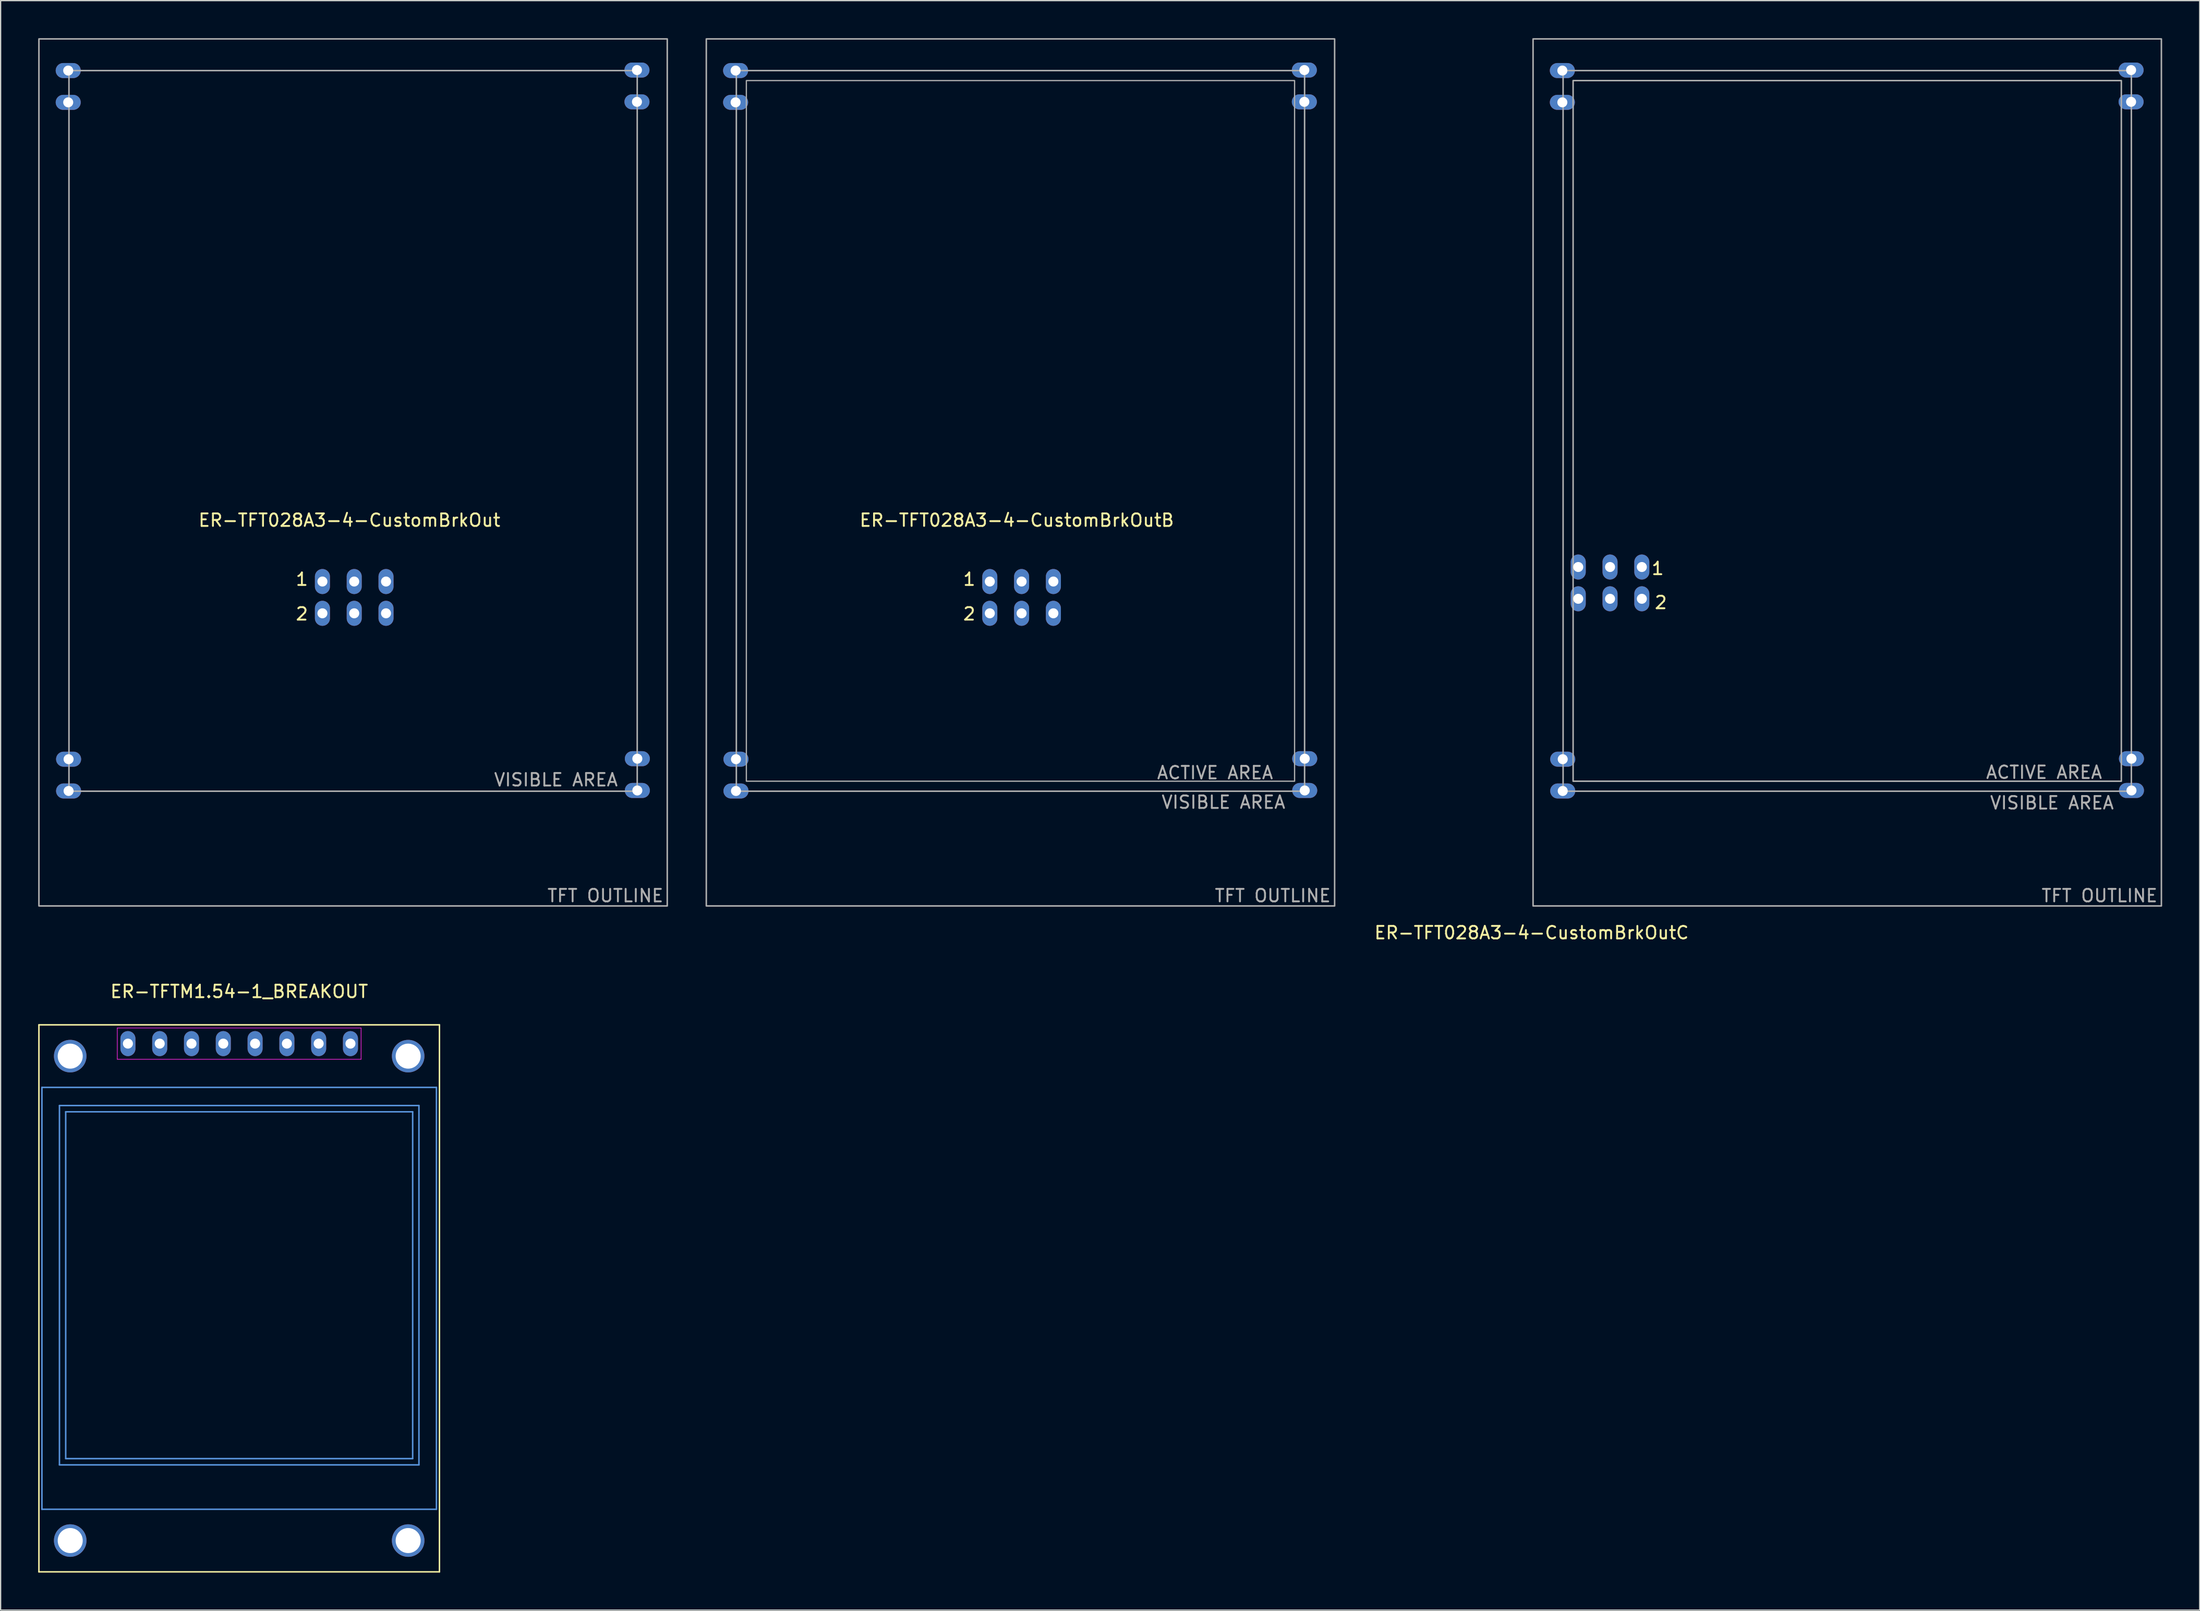
<source format=kicad_pcb>
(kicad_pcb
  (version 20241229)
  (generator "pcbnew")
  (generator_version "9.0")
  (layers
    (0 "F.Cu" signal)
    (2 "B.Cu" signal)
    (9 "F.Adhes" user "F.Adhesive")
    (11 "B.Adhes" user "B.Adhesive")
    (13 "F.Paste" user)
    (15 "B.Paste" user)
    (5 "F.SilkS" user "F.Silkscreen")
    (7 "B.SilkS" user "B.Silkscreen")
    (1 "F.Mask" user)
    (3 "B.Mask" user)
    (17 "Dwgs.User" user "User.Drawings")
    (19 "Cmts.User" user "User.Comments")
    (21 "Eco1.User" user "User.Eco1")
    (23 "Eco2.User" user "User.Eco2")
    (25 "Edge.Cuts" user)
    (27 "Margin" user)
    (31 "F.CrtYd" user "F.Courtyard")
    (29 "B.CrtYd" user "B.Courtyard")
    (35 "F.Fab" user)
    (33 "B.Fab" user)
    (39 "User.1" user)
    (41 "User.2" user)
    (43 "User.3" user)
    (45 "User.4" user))
  (footprint "ER-TFTM1.54-1_BREAKOUT"
    (layer "F.Cu")
    (at 16.06 99.674)
    (property "Reference" "ER-TFTM1.54-1_BREAKOUT" (at 0 -23.477 180) (layer "F.SilkS") (effects (font (size 1 1) (thickness 0.15))))
    (attr through_hole)
    (fp_line (start -16 -20.81) (end -16 22.91) (stroke (width 0.12) (type solid)) (layer "F.SilkS"))
    (fp_line (start -16 -20.81) (end 16 -20.81) (stroke (width 0.12) (type solid)) (layer "F.SilkS"))
    (fp_line (start -16 22.91) (end 16 22.91) (stroke (width 0.12) (type solid)) (layer "F.SilkS"))
    (fp_line (start 16 -20.81) (end 16 22.91) (stroke (width 0.12) (type solid)) (layer "F.SilkS"))
    (fp_line (start -15.76 -15.81) (end -15.76 17.91) (stroke (width 0.12) (type solid)) (layer "Cmts.User"))
    (fp_line (start -15.76 -15.81) (end 15.76 -15.81) (stroke (width 0.12) (type solid)) (layer "Cmts.User"))
    (fp_line (start -15.76 17.91) (end 15.76 17.91) (stroke (width 0.12) (type solid)) (layer "Cmts.User"))
    (fp_line (start -14.36 -14.36) (end 14.36 -14.36) (stroke (width 0.12) (type solid)) (layer "Cmts.User"))
    (fp_line (start -14.36 14.36) (end -14.36 -14.36) (stroke (width 0.12) (type solid)) (layer "Cmts.User"))
    (fp_line (start -14.36 14.36) (end 14.36 14.36) (stroke (width 0.12) (type solid)) (layer "Cmts.User"))
    (fp_line (start -13.86 13.86) (end -13.86 -13.86) (stroke (width 0.12) (type solid)) (layer "Cmts.User"))
    (fp_line (start 13.86 -13.86) (end -13.86 -13.86) (stroke (width 0.12) (type solid)) (layer "Cmts.User"))
    (fp_line (start 13.86 13.86) (end -13.86 13.86) (stroke (width 0.12) (type solid)) (layer "Cmts.User"))
    (fp_line (start 13.86 13.86) (end 13.86 -13.86) (stroke (width 0.12) (type solid)) (layer "Cmts.User"))
    (fp_line (start 14.36 14.36) (end 14.36 -14.36) (stroke (width 0.12) (type solid)) (layer "Cmts.User"))
    (fp_line (start 15.76 -15.81) (end 15.76 17.91) (stroke (width 0.12) (type solid)) (layer "Cmts.User"))
    (fp_line (start -9.74 -20.56) (end 9.74 -20.56) (stroke (width 0.05) (type solid)) (layer "F.CrtYd"))
    (fp_line (start -9.74 -18.06) (end -9.74 -20.56) (stroke (width 0.05) (type solid)) (layer "F.CrtYd"))
    (fp_line (start 9.74 -20.56) (end 9.74 -18.06) (stroke (width 0.05) (type solid)) (layer "F.CrtYd"))
    (fp_line (start 9.74 -18.06) (end -9.74 -18.06) (stroke (width 0.05) (type solid)) (layer "F.CrtYd"))
    (pad "1" thru_hole oval (at -8.89 -19.31) (size 1.2 2) (drill 0.8) (layers "*.Cu" "*.Mask"))
    (pad "2" thru_hole oval (at -6.35 -19.31) (size 1.2 2) (drill 0.8) (layers "*.Cu" "*.Mask"))
    (pad "3" thru_hole oval (at -3.81 -19.31) (size 1.2 2) (drill 0.8) (layers "*.Cu" "*.Mask"))
    (pad "4" thru_hole oval (at -1.27 -19.31) (size 1.2 2) (drill 0.8) (layers "*.Cu" "*.Mask"))
    (pad "5" thru_hole oval (at 1.27 -19.31) (size 1.2 2) (drill 0.8) (layers "*.Cu" "*.Mask"))
    (pad "6" thru_hole oval (at 3.81 -19.31) (size 1.2 2) (drill 0.8) (layers "*.Cu" "*.Mask"))
    (pad "7" thru_hole oval (at 6.35 -19.31) (size 1.2 2) (drill 0.8) (layers "*.Cu" "*.Mask"))
    (pad "8" thru_hole oval (at 8.89 -19.31) (size 1.2 2) (drill 0.8) (layers "*.Cu" "*.Mask"))
    (pad "10" thru_hole circle (at -13.5 -18.31) (size 2.6 2.6) (drill 2) (layers "*.Cu" "*.Mask"))
    (pad "10" thru_hole circle (at -13.5 20.41) (size 2.6 2.6) (drill 2) (layers "*.Cu" "*.Mask"))
    (pad "10" thru_hole circle (at 13.5 -18.31) (size 2.6 2.6) (drill 2) (layers "*.Cu" "*.Mask"))
    (pad "10" thru_hole circle (at 13.5 20.41) (size 2.6 2.6) (drill 2) (layers "*.Cu" "*.Mask")))
  (footprint "ER-TFT028A3-4-CustomBrkOut"
    (layer "F.Cu")
    (at 25.16 32.06)
    (property "Reference" "ER-TFT028A3-4-CustomBrkOut" (at -0.293 6.469 180) (layer "F.SilkS") (effects (font (size 1 1) (thickness 0.15))))
    (attr through_hole)
    (fp_rect (start -25.1 -32) (end 25.1 37.3) (stroke (width 0.12) (type solid)) (fill no) (layer "F.Fab"))
    (fp_rect (start -22.7 -29.47) (end 22.7 28.13) (stroke (width 0.12) (type solid)) (fill no) (layer "F.Fab"))
    (fp_text user "2" (at -4.09 13.96 0) (unlocked yes) (layer "F.SilkS") (effects (font (size 1 1) (thickness 0.15))))
    (fp_text user "1" (at -4.09 11.19 0) (unlocked yes) (layer "F.SilkS") (effects (font (size 1 1) (thickness 0.15))))
    (fp_text user "TFT OUTLINE" (at 15.44 36.48 0) (unlocked yes) (layer "F.Fab") (effects (font (size 1 1) (thickness 0.15)) (justify left)))
    (fp_text user "VISIBLE AREA" (at 11.18 27.22 0) (unlocked yes) (layer "F.Fab") (effects (font (size 1 1) (thickness 0.15)) (justify left)))
    (pad "0" thru_hole oval (at -22.76 -29.47 90) (size 1.2 2) (drill 0.8) (layers "*.Cu" "*.Mask"))
    (pad "0" thru_hole oval (at -22.76 -26.93 90) (size 1.2 2) (drill 0.8) (layers "*.Cu" "*.Mask"))
    (pad "0" thru_hole oval (at -22.73 25.57 90) (size 1.2 2) (drill 0.8) (layers "*.Cu" "*.Mask"))
    (pad "0" thru_hole oval (at -22.73 28.11 90) (size 1.2 2) (drill 0.8) (layers "*.Cu" "*.Mask"))
    (pad "0" thru_hole oval (at 22.68 -29.51 90) (size 1.2 2) (drill 0.8) (layers "*.Cu" "*.Mask"))
    (pad "0" thru_hole oval (at 22.68 -26.97 90) (size 1.2 2) (drill 0.8) (layers "*.Cu" "*.Mask"))
    (pad "0" thru_hole oval (at 22.71 25.53 90) (size 1.2 2) (drill 0.8) (layers "*.Cu" "*.Mask"))
    (pad "0" thru_hole oval (at 22.71 28.07 90) (size 1.2 2) (drill 0.8) (layers "*.Cu" "*.Mask"))
    (pad "1" thru_hole oval (at -2.45 11.37) (size 1.2 2) (drill 0.8) (layers "*.Cu" "*.Mask"))
    (pad "2" thru_hole oval (at -2.45 13.91) (size 1.2 2) (drill 0.8) (layers "*.Cu" "*.Mask"))
    (pad "3" thru_hole oval (at 0.09 11.37) (size 1.2 2) (drill 0.8) (layers "*.Cu" "*.Mask"))
    (pad "4" thru_hole oval (at 0.09 13.91) (size 1.2 2) (drill 0.8) (layers "*.Cu" "*.Mask"))
    (pad "5" thru_hole oval (at 2.63 11.37) (size 1.2 2) (drill 0.8) (layers "*.Cu" "*.Mask"))
    (pad "6" thru_hole oval (at 2.63 13.91) (size 1.2 2) (drill 0.8) (layers "*.Cu" "*.Mask")))
  (footprint "ER-TFT028A3-4-CustomBrkOutB"
    (layer "F.Cu")
    (at 78.48 32.06)
    (property "Reference" "ER-TFT028A3-4-CustomBrkOutB" (at -0.293 6.469 180) (layer "F.SilkS") (effects (font (size 1 1) (thickness 0.15))))
    (attr through_hole)
    (fp_rect (start -25.1 -32) (end 25.1 37.3) (stroke (width 0.12) (type solid)) (fill no) (layer "F.Fab"))
    (fp_rect (start -22.7 -29.47) (end 22.7 28.13) (stroke (width 0.12) (type solid)) (fill no) (layer "F.Fab"))
    (fp_rect (start -21.9 -28.67) (end 21.9 27.33) (stroke (width 0.1) (type solid)) (fill no) (layer "F.Fab"))
    (fp_text user "1" (at -4.09 11.19 0) (unlocked yes) (layer "F.SilkS") (effects (font (size 1 1) (thickness 0.15))))
    (fp_text user "2" (at -4.09 13.96 0) (unlocked yes) (layer "F.SilkS") (effects (font (size 1 1) (thickness 0.15))))
    (fp_text user "ACTIVE AREA" (at 10.83 26.65 0) (unlocked yes) (layer "F.Fab") (effects (font (size 1 1) (thickness 0.15)) (justify left)))
    (fp_text user "TFT OUTLINE" (at 15.44 36.48 0) (unlocked yes) (layer "F.Fab") (effects (font (size 1 1) (thickness 0.15)) (justify left)))
    (fp_text user "VISIBLE AREA" (at 11.19 29.01 0) (unlocked yes) (layer "F.Fab") (effects (font (size 1 1) (thickness 0.15)) (justify left)))
    (pad "0" thru_hole oval (at -22.76 -29.47 90) (size 1.2 2) (drill 0.8) (layers "*.Cu" "*.Mask"))
    (pad "0" thru_hole oval (at -22.76 -26.93 90) (size 1.2 2) (drill 0.8) (layers "*.Cu" "*.Mask"))
    (pad "0" thru_hole oval (at -22.73 25.57 90) (size 1.2 2) (drill 0.8) (layers "*.Cu" "*.Mask"))
    (pad "0" thru_hole oval (at -22.73 28.11 90) (size 1.2 2) (drill 0.8) (layers "*.Cu" "*.Mask"))
    (pad "0" thru_hole oval (at 22.68 -29.51 90) (size 1.2 2) (drill 0.8) (layers "*.Cu" "*.Mask"))
    (pad "0" thru_hole oval (at 22.68 -26.97 90) (size 1.2 2) (drill 0.8) (layers "*.Cu" "*.Mask"))
    (pad "0" thru_hole oval (at 22.71 25.53 90) (size 1.2 2) (drill 0.8) (layers "*.Cu" "*.Mask"))
    (pad "0" thru_hole oval (at 22.71 28.07 90) (size 1.2 2) (drill 0.8) (layers "*.Cu" "*.Mask"))
    (pad "1" thru_hole oval (at -2.45 11.37) (size 1.2 2) (drill 0.8) (layers "*.Cu" "*.Mask"))
    (pad "2" thru_hole oval (at -2.45 13.91) (size 1.2 2) (drill 0.8) (layers "*.Cu" "*.Mask"))
    (pad "3" thru_hole oval (at 0.09 11.37) (size 1.2 2) (drill 0.8) (layers "*.Cu" "*.Mask"))
    (pad "4" thru_hole oval (at 0.09 13.91) (size 1.2 2) (drill 0.8) (layers "*.Cu" "*.Mask"))
    (pad "5" thru_hole oval (at 2.63 11.37) (size 1.2 2) (drill 0.8) (layers "*.Cu" "*.Mask"))
    (pad "6" thru_hole oval (at 2.63 13.91) (size 1.2 2) (drill 0.8) (layers "*.Cu" "*.Mask")))
  (footprint "ER-TFT028A3-4-CustomBrkOutC"
    (layer "F.Cu")
    (at 144.533 32.06)
    (property "Reference" "ER-TFT028A3-4-CustomBrkOutC" (at -25.22 39.44 0) (layer "F.SilkS") (effects (font (size 1 1) (thickness 0.15))))
    (attr through_hole)
    (fp_rect (start -25.1 -32) (end 25.1 37.3) (stroke (width 0.12) (type solid)) (fill no) (layer "F.Fab"))
    (fp_rect (start -22.7 -29.47) (end 22.7 28.13) (stroke (width 0.12) (type solid)) (fill no) (layer "F.Fab"))
    (fp_rect (start -21.9 -28.67) (end 21.9 27.33) (stroke (width 0.12) (type solid)) (fill no) (layer "F.Fab"))
    (fp_text user "2" (at -14.89 13.05 0) (unlocked yes) (layer "F.SilkS") (effects (font (size 1 1) (thickness 0.15))))
    (fp_text user "1" (at -15.14 10.33 0) (unlocked yes) (layer "F.SilkS") (effects (font (size 1 1) (thickness 0.15))))
    (fp_text user "ACTIVE AREA" (at 11.01 26.62 0) (unlocked yes) (layer "F.Fab") (effects (font (size 1 1) (thickness 0.15)) (justify left)))
    (fp_text user "VISIBLE AREA" (at 11.33 29.06 0) (unlocked yes) (layer "F.Fab") (effects (font (size 1 1) (thickness 0.15)) (justify left)))
    (fp_text user "TFT OUTLINE" (at 15.44 36.48 0) (unlocked yes) (layer "F.Fab") (effects (font (size 1 1) (thickness 0.15)) (justify left)))
    (pad "0" thru_hole oval (at -22.76 -29.47 90) (size 1.2 2) (drill 0.8) (layers "*.Cu" "*.Mask"))
    (pad "0" thru_hole oval (at -22.76 -26.93 90) (size 1.2 2) (drill 0.8) (layers "*.Cu" "*.Mask"))
    (pad "0" thru_hole oval (at -22.73 25.57 90) (size 1.2 2) (drill 0.8) (layers "*.Cu" "*.Mask"))
    (pad "0" thru_hole oval (at -22.73 28.11 90) (size 1.2 2) (drill 0.8) (layers "*.Cu" "*.Mask"))
    (pad "0" thru_hole oval (at 22.68 -29.51 90) (size 1.2 2) (drill 0.8) (layers "*.Cu" "*.Mask"))
    (pad "0" thru_hole oval (at 22.68 -26.97 90) (size 1.2 2) (drill 0.8) (layers "*.Cu" "*.Mask"))
    (pad "0" thru_hole oval (at 22.71 25.53 90) (size 1.2 2) (drill 0.8) (layers "*.Cu" "*.Mask"))
    (pad "0" thru_hole oval (at 22.71 28.07 90) (size 1.2 2) (drill 0.8) (layers "*.Cu" "*.Mask"))
    (pad "1" thru_hole oval (at -16.41 10.21) (size 1.2 2) (drill 0.8) (layers "*.Cu" "*.Mask"))
    (pad "2" thru_hole oval (at -16.41 12.75) (size 1.2 2) (drill 0.8) (layers "*.Cu" "*.Mask"))
    (pad "3" thru_hole oval (at -18.95 10.21) (size 1.2 2) (drill 0.8) (layers "*.Cu" "*.Mask"))
    (pad "4" thru_hole oval (at -18.95 12.75) (size 1.2 2) (drill 0.8) (layers "*.Cu" "*.Mask"))
    (pad "5" thru_hole oval (at -21.49 10.21) (size 1.2 2) (drill 0.8) (layers "*.Cu" "*.Mask"))
    (pad "6" thru_hole oval (at -21.49 12.75) (size 1.2 2) (drill 0.8) (layers "*.Cu" "*.Mask")))
  (gr_rect
    (start -3 -3)
    (end 172.693 125.644)
    (stroke (width 0.1) (type default))
    (fill no)
    (layer "Edge.Cuts")))
</source>
